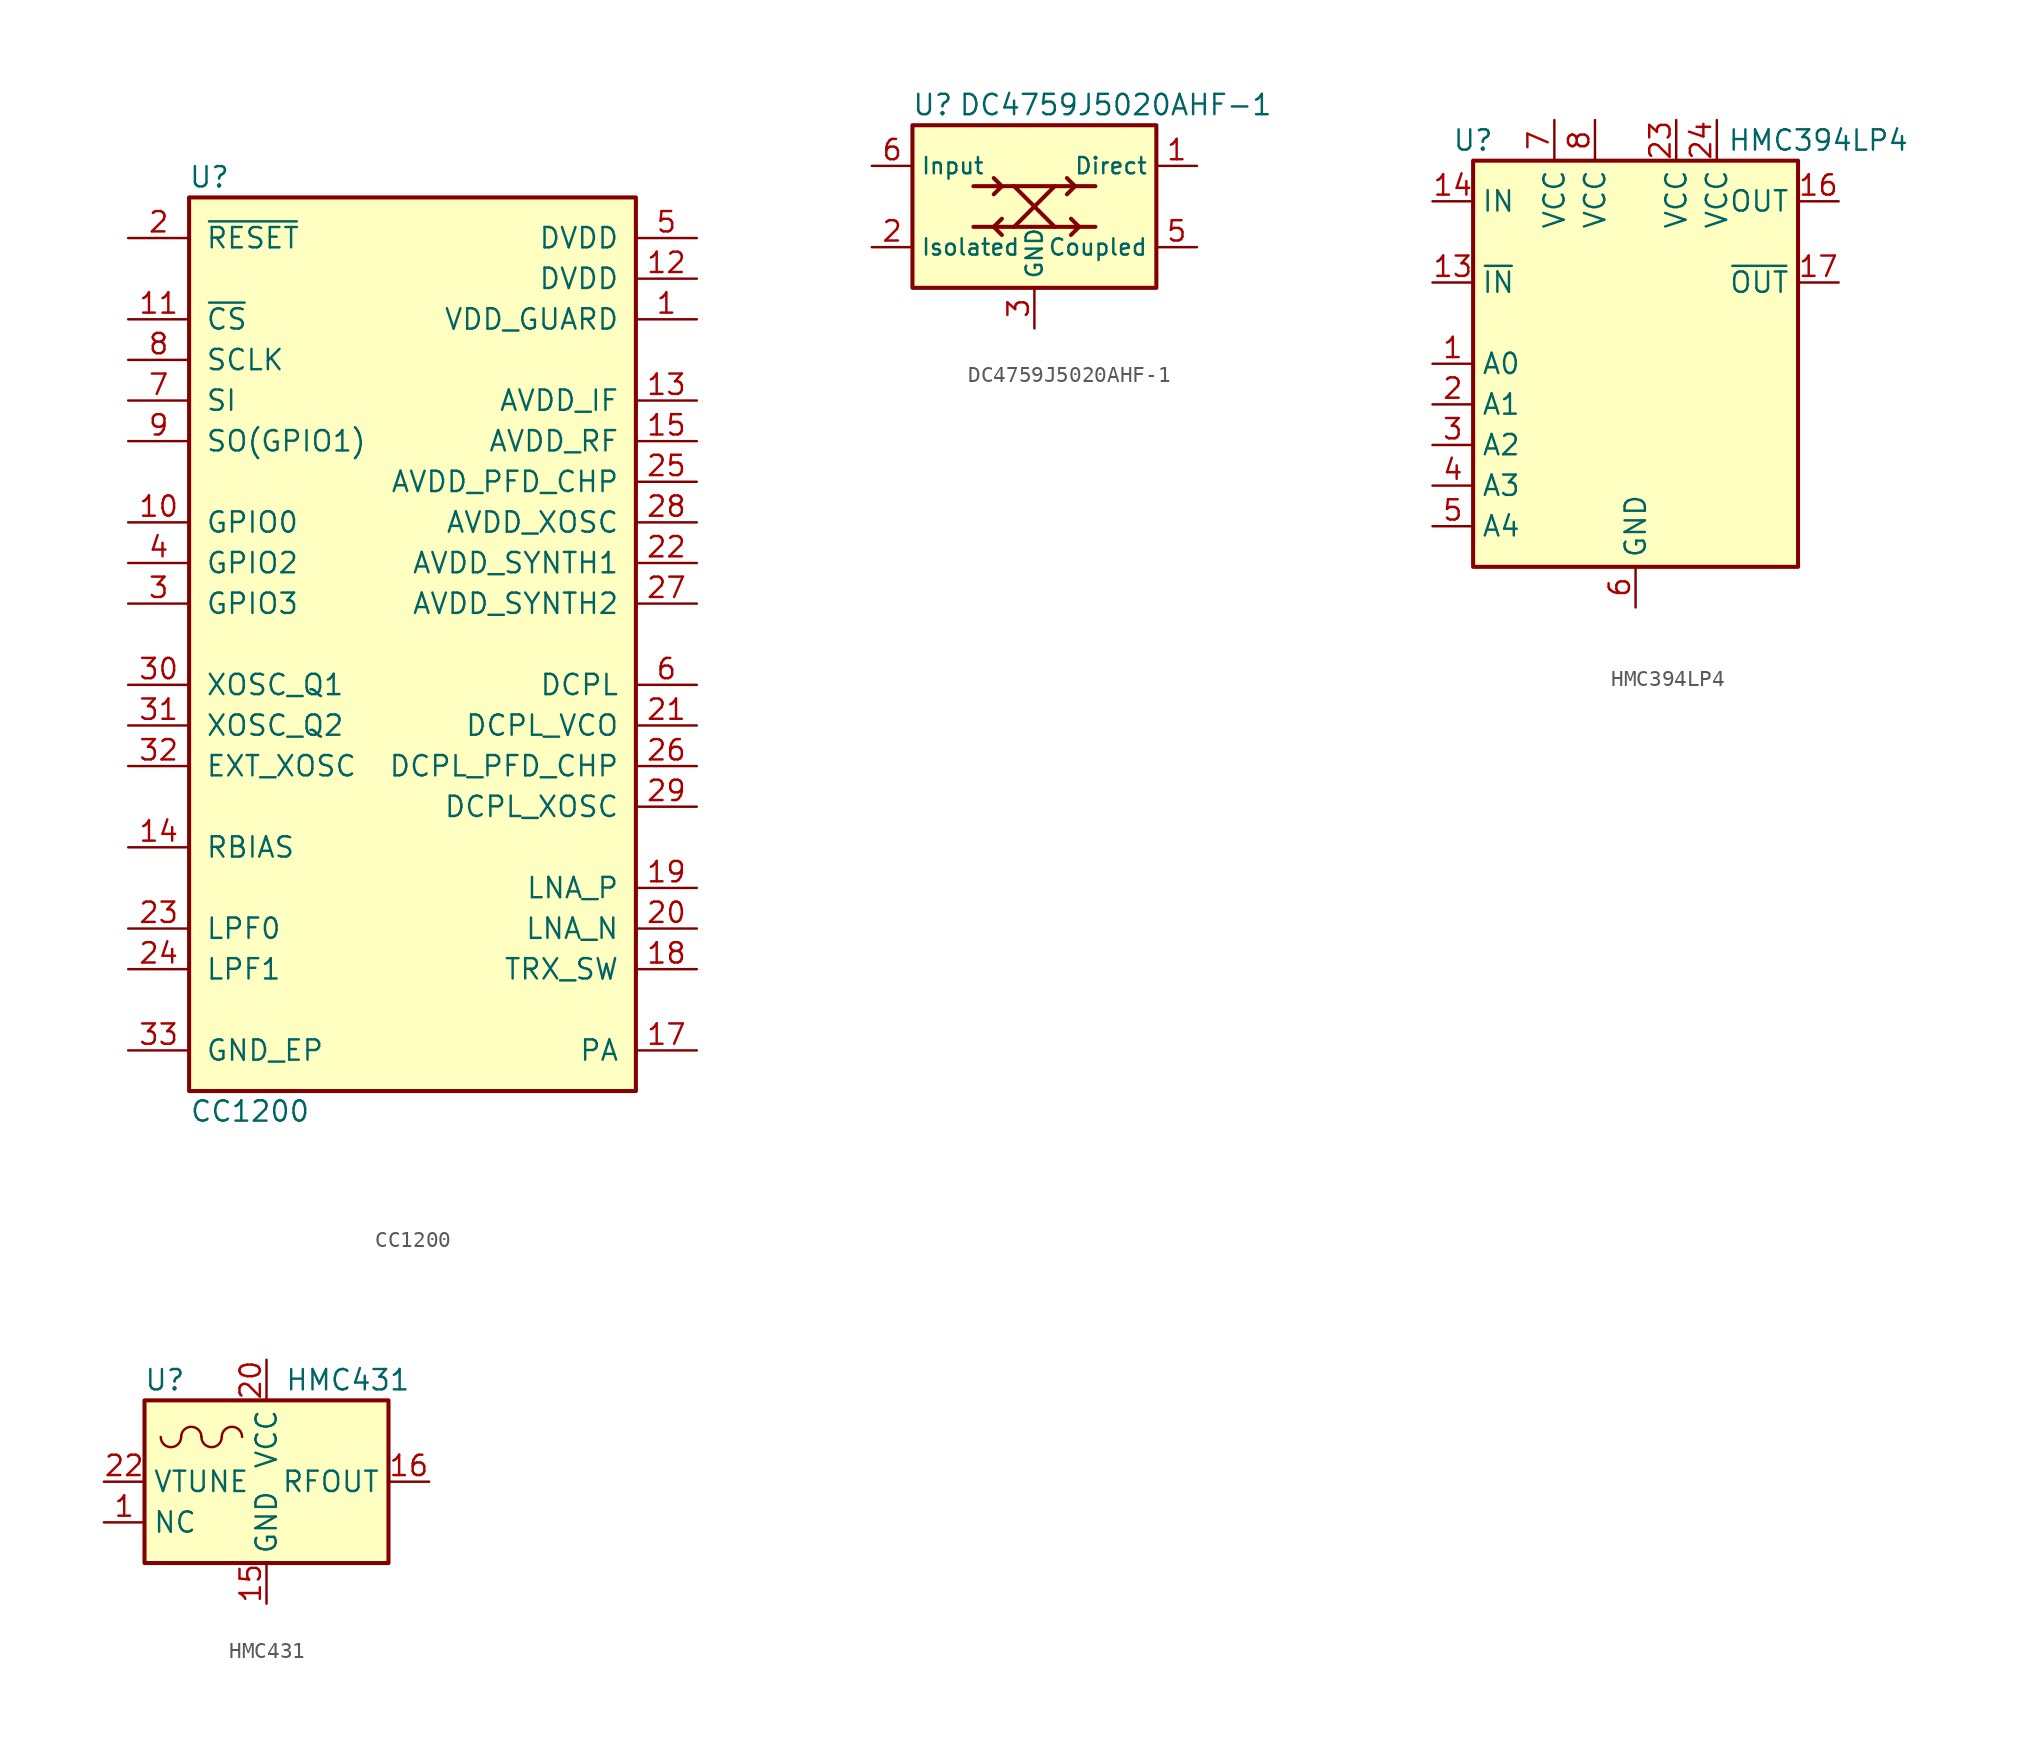
<source format=kicad_sym>
(kicad_symbol_lib
  (version 20211014)
  (generator kicad_symbol_editor)
  (symbol "CC1200"
    (pin_names
      (offset 1.016))
    (property "Reference" "U"
      (at -12.7 29.21 0)
      (effects (font (size 1.27 1.27))))
    (property "Value" "CC1200"
      (at -10.16 -29.21 0)
      (effects (font (size 1.27 1.27))))
    (symbol "CC1200_0_1"
      (rectangle (start -13.97 27.94) (end 13.97 -27.94) (stroke (width 0.254) (type default) (color 0 0 0 0)) (fill (type background))))
    (symbol "CC1200_1_1"
      (pin power_in line (at 17.78 20.32 180) (length 3.81) (name "VDD_GUARD" (effects (font (size 1.27 1.27)))) (number "1" (effects (font (size 1.27 1.27)))))
      (pin bidirectional line (at -17.78 7.62 0) (length 3.81) (name "GPIO0" (effects (font (size 1.27 1.27)))) (number "10" (effects (font (size 1.27 1.27)))))
      (pin input line (at -17.78 20.32 0) (length 3.81) (name "~{CS}" (effects (font (size 1.27 1.27)))) (number "11" (effects (font (size 1.27 1.27)))))
      (pin power_in line (at 17.78 22.86 180) (length 3.81) (name "DVDD" (effects (font (size 1.27 1.27)))) (number "12" (effects (font (size 1.27 1.27)))))
      (pin power_in line (at 17.78 15.24 180) (length 3.81) (name "AVDD_IF" (effects (font (size 1.27 1.27)))) (number "13" (effects (font (size 1.27 1.27)))))
      (pin passive line (at -17.78 -12.7 0) (length 3.81) (name "RBIAS" (effects (font (size 1.27 1.27)))) (number "14" (effects (font (size 1.27 1.27)))))
      (pin power_in line (at 17.78 12.7 180) (length 3.81) (name "AVDD_RF" (effects (font (size 1.27 1.27)))) (number "15" (effects (font (size 1.27 1.27)))))
      (pin passive line (at 17.78 -25.4 180) (length 3.81) (name "PA" (effects (font (size 1.27 1.27)))) (number "17" (effects (font (size 1.27 1.27)))))
      (pin passive line (at 17.78 -20.32 180) (length 3.81) (name "TRX_SW" (effects (font (size 1.27 1.27)))) (number "18" (effects (font (size 1.27 1.27)))))
      (pin passive line (at 17.78 -15.24 180) (length 3.81) (name "LNA_P" (effects (font (size 1.27 1.27)))) (number "19" (effects (font (size 1.27 1.27)))))
      (pin input line (at -17.78 25.4 0) (length 3.81) (name "~{RESET}" (effects (font (size 1.27 1.27)))) (number "2" (effects (font (size 1.27 1.27)))))
      (pin passive line (at 17.78 -17.78 180) (length 3.81) (name "LNA_N" (effects (font (size 1.27 1.27)))) (number "20" (effects (font (size 1.27 1.27)))))
      (pin power_out line (at 17.78 -5.08 180) (length 3.81) (name "DCPL_VCO" (effects (font (size 1.27 1.27)))) (number "21" (effects (font (size 1.27 1.27)))))
      (pin power_in line (at 17.78 5.08 180) (length 3.81) (name "AVDD_SYNTH1" (effects (font (size 1.27 1.27)))) (number "22" (effects (font (size 1.27 1.27)))))
      (pin passive line (at -17.78 -17.78 0) (length 3.81) (name "LPF0" (effects (font (size 1.27 1.27)))) (number "23" (effects (font (size 1.27 1.27)))))
      (pin passive line (at -17.78 -20.32 0) (length 3.81) (name "LPF1" (effects (font (size 1.27 1.27)))) (number "24" (effects (font (size 1.27 1.27)))))
      (pin power_in line (at 17.78 10.16 180) (length 3.81) (name "AVDD_PFD_CHP" (effects (font (size 1.27 1.27)))) (number "25" (effects (font (size 1.27 1.27)))))
      (pin power_out line (at 17.78 -7.62 180) (length 3.81) (name "DCPL_PFD_CHP" (effects (font (size 1.27 1.27)))) (number "26" (effects (font (size 1.27 1.27)))))
      (pin power_in line (at 17.78 2.54 180) (length 3.81) (name "AVDD_SYNTH2" (effects (font (size 1.27 1.27)))) (number "27" (effects (font (size 1.27 1.27)))))
      (pin power_in line (at 17.78 7.62 180) (length 3.81) (name "AVDD_XOSC" (effects (font (size 1.27 1.27)))) (number "28" (effects (font (size 1.27 1.27)))))
      (pin power_out line (at 17.78 -10.16 180) (length 3.81) (name "DCPL_XOSC" (effects (font (size 1.27 1.27)))) (number "29" (effects (font (size 1.27 1.27)))))
      (pin bidirectional line (at -17.78 2.54 0) (length 3.81) (name "GPIO3" (effects (font (size 1.27 1.27)))) (number "3" (effects (font (size 1.27 1.27)))))
      (pin passive line (at -17.78 -2.54 0) (length 3.81) (name "XOSC_Q1" (effects (font (size 1.27 1.27)))) (number "30" (effects (font (size 1.27 1.27)))))
      (pin passive line (at -17.78 -5.08 0) (length 3.81) (name "XOSC_Q2" (effects (font (size 1.27 1.27)))) (number "31" (effects (font (size 1.27 1.27)))))
      (pin input line (at -17.78 -7.62 0) (length 3.81) (name "EXT_XOSC" (effects (font (size 1.27 1.27)))) (number "32" (effects (font (size 1.27 1.27)))))
      (pin power_in line (at -17.78 -25.4 0) (length 3.81) (name "GND_EP" (effects (font (size 1.27 1.27)))) (number "33" (effects (font (size 1.27 1.27)))))
      (pin bidirectional line (at -17.78 5.08 0) (length 3.81) (name "GPIO2" (effects (font (size 1.27 1.27)))) (number "4" (effects (font (size 1.27 1.27)))))
      (pin power_in line (at 17.78 25.4 180) (length 3.81) (name "DVDD" (effects (font (size 1.27 1.27)))) (number "5" (effects (font (size 1.27 1.27)))))
      (pin power_out line (at 17.78 -2.54 180) (length 3.81) (name "DCPL" (effects (font (size 1.27 1.27)))) (number "6" (effects (font (size 1.27 1.27)))))
      (pin input line (at -17.78 15.24 0) (length 3.81) (name "SI" (effects (font (size 1.27 1.27)))) (number "7" (effects (font (size 1.27 1.27)))))
      (pin input line (at -17.78 17.78 0) (length 3.81) (name "SCLK" (effects (font (size 1.27 1.27)))) (number "8" (effects (font (size 1.27 1.27)))))
      (pin bidirectional line (at -17.78 12.7 0) (length 3.81) (name "SO(GPIO1)" (effects (font (size 1.27 1.27)))) (number "9" (effects (font (size 1.27 1.27)))))))
  (symbol "DC4759J5020AHF-1"
    (property "Reference" "U"
      (at -6.35 6.35 0)
      (effects (font (size 1.27 1.27))))
    (property "Value" "DC4759J5020AHF-1"
      (at 5.08 6.35 0)
      (effects (font (size 1.27 1.27))))
    (symbol "DC4759J5020AHF-1_0_1"
      (rectangle (start -7.62 5.08) (end 7.62 -5.08) (stroke (width 0.254) (type default) (color 0 0 0 0)) (fill (type background))))
    (symbol "DC4759J5020AHF-1_1_1"
      (polyline (pts (xy -3.81 -1.27) (xy 3.81 -1.27)) (stroke (width 0.254) (type default) (color 0 0 0 0)) (fill (type none)))
      (polyline (pts (xy -3.81 1.27) (xy 3.81 1.27)) (stroke (width 0.254) (type default) (color 0 0 0 0)) (fill (type none)))
      (polyline (pts (xy -2.54 -1.27) (xy -2.032 -1.778)) (stroke (width 0.254) (type default) (color 0 0 0 0)) (fill (type none)))
      (polyline (pts (xy -2.54 1.778) (xy -2.032 1.27)) (stroke (width 0.254) (type default) (color 0 0 0 0)) (fill (type none)))
      (polyline (pts (xy -2.032 -0.762) (xy -2.54 -1.27)) (stroke (width 0.254) (type default) (color 0 0 0 0)) (fill (type none)))
      (polyline (pts (xy -2.032 1.27) (xy -2.54 0.762)) (stroke (width 0.254) (type default) (color 0 0 0 0)) (fill (type none)))
      (polyline (pts (xy -1.27 1.27) (xy 1.27 -1.27)) (stroke (width 0.254) (type default) (color 0 0 0 0)) (fill (type none)))
      (polyline (pts (xy 1.27 1.27) (xy -1.27 -1.27)) (stroke (width 0.254) (type default) (color 0 0 0 0)) (fill (type none)))
      (polyline (pts (xy 2.032 1.778) (xy 2.54 1.27)) (stroke (width 0.254) (type default) (color 0 0 0 0)) (fill (type none)))
      (polyline (pts (xy 2.286 -0.762) (xy 2.794 -1.27)) (stroke (width 0.254) (type default) (color 0 0 0 0)) (fill (type none)))
      (polyline (pts (xy 2.54 1.27) (xy 2.032 0.762)) (stroke (width 0.254) (type default) (color 0 0 0 0)) (fill (type none)))
      (polyline (pts (xy 2.794 -1.27) (xy 2.286 -1.778)) (stroke (width 0.254) (type default) (color 0 0 0 0)) (fill (type none)))
      (pin output line (at 10.16 2.54 180) (length 2.54) (name "Direct" (effects (font (size 1.016 1.016)))) (number "1" (effects (font (size 1.27 1.27)))))
      (pin output line (at -10.16 -2.54 0) (length 2.54) (name "Isolated" (effects (font (size 1.016 1.016)))) (number "2" (effects (font (size 1.27 1.27)))))
      (pin power_in line (at 0 -7.62 90) (length 2.54) (name "GND" (effects (font (size 1.016 1.016)))) (number "3" (effects (font (size 1.27 1.27)))))
      (pin passive line (at 0 -7.62 90) (length 2.54) hide (name "GND" (effects (font (size 1.016 1.016)))) (number "4" (effects (font (size 1.27 1.27)))))
      (pin output line (at 10.16 -2.54 180) (length 2.54) (name "Coupled" (effects (font (size 1.016 1.016)))) (number "5" (effects (font (size 1.27 1.27)))))
      (pin input line (at -10.16 2.54 0) (length 2.54) (name "Input" (effects (font (size 1.016 1.016)))) (number "6" (effects (font (size 1.27 1.27)))))))
  (symbol "HMC394LP4"
    (property "Reference" "U"
      (at -10.16 13.97 0)
      (effects (font (size 1.27 1.27))))
    (property "Value" "HMC394LP4"
      (at 11.43 13.97 0)
      (effects (font (size 1.27 1.27))))
    (symbol "HMC394LP4_0_1"
      (rectangle (start -10.16 12.7) (end 10.16 -12.7) (stroke (width 0.254) (type default) (color 0 0 0 0)) (fill (type background))))
    (symbol "HMC394LP4_1_1"
      (pin input line (at -12.7 0 0) (length 2.54) (name "A0" (effects (font (size 1.27 1.27)))) (number "1" (effects (font (size 1.27 1.27)))))
      (pin passive line (at 0 -15.24 90) (length 2.54) hide (name "GND" (effects (font (size 1.27 1.27)))) (number "10" (effects (font (size 1.27 1.27)))))
      (pin passive line (at 0 -15.24 90) (length 2.54) hide (name "GND" (effects (font (size 1.27 1.27)))) (number "11" (effects (font (size 1.27 1.27)))))
      (pin passive line (at 0 -15.24 90) (length 2.54) hide (name "GND" (effects (font (size 1.27 1.27)))) (number "12" (effects (font (size 1.27 1.27)))))
      (pin input line (at -12.7 5.08 0) (length 2.54) (name "~{IN}" (effects (font (size 1.27 1.27)))) (number "13" (effects (font (size 1.27 1.27)))))
      (pin input line (at -12.7 10.16 0) (length 2.54) (name "IN" (effects (font (size 1.27 1.27)))) (number "14" (effects (font (size 1.27 1.27)))))
      (pin passive line (at 0 -15.24 90) (length 2.54) hide (name "GND" (effects (font (size 1.27 1.27)))) (number "15" (effects (font (size 1.27 1.27)))))
      (pin output line (at 12.7 10.16 180) (length 2.54) (name "OUT" (effects (font (size 1.27 1.27)))) (number "16" (effects (font (size 1.27 1.27)))))
      (pin output line (at 12.7 5.08 180) (length 2.54) (name "~{OUT}" (effects (font (size 1.27 1.27)))) (number "17" (effects (font (size 1.27 1.27)))))
      (pin passive line (at 0 -15.24 90) (length 2.54) hide (name "GND" (effects (font (size 1.27 1.27)))) (number "18" (effects (font (size 1.27 1.27)))))
      (pin passive line (at 0 -15.24 90) (length 2.54) hide (name "GND" (effects (font (size 1.27 1.27)))) (number "19" (effects (font (size 1.27 1.27)))))
      (pin input line (at -12.7 -2.54 0) (length 2.54) (name "A1" (effects (font (size 1.27 1.27)))) (number "2" (effects (font (size 1.27 1.27)))))
      (pin passive line (at 0 -15.24 90) (length 2.54) hide (name "GND" (effects (font (size 1.27 1.27)))) (number "20" (effects (font (size 1.27 1.27)))))
      (pin passive line (at 0 -15.24 90) (length 2.54) hide (name "GND" (effects (font (size 1.27 1.27)))) (number "21" (effects (font (size 1.27 1.27)))))
      (pin passive line (at 0 -15.24 90) (length 2.54) hide (name "GND" (effects (font (size 1.27 1.27)))) (number "22" (effects (font (size 1.27 1.27)))))
      (pin power_in line (at 2.54 15.24 270) (length 2.54) (name "VCC" (effects (font (size 1.27 1.27)))) (number "23" (effects (font (size 1.27 1.27)))))
      (pin power_in line (at 5.08 15.24 270) (length 2.54) (name "VCC" (effects (font (size 1.27 1.27)))) (number "24" (effects (font (size 1.27 1.27)))))
      (pin passive line (at 0 -15.24 90) (length 2.54) hide (name "GND" (effects (font (size 1.27 1.27)))) (number "25" (effects (font (size 1.27 1.27)))))
      (pin input line (at -12.7 -5.08 0) (length 2.54) (name "A2" (effects (font (size 1.27 1.27)))) (number "3" (effects (font (size 1.27 1.27)))))
      (pin input line (at -12.7 -7.62 0) (length 2.54) (name "A3" (effects (font (size 1.27 1.27)))) (number "4" (effects (font (size 1.27 1.27)))))
      (pin input line (at -12.7 -10.16 0) (length 2.54) (name "A4" (effects (font (size 1.27 1.27)))) (number "5" (effects (font (size 1.27 1.27)))))
      (pin power_in line (at 0 -15.24 90) (length 2.54) (name "GND" (effects (font (size 1.27 1.27)))) (number "6" (effects (font (size 1.27 1.27)))))
      (pin power_in line (at -5.08 15.24 270) (length 2.54) (name "VCC" (effects (font (size 1.27 1.27)))) (number "7" (effects (font (size 1.27 1.27)))))
      (pin power_in line (at -2.54 15.24 270) (length 2.54) (name "VCC" (effects (font (size 1.27 1.27)))) (number "8" (effects (font (size 1.27 1.27)))))
      (pin passive line (at 0 -15.24 90) (length 2.54) hide (name "GND" (effects (font (size 1.27 1.27)))) (number "9" (effects (font (size 1.27 1.27)))))))
  (symbol "HMC431"
    (property "Reference" "U"
      (at -6.35 6.35 0)
      (effects (font (size 1.27 1.27))))
    (property "Value" "HMC431"
      (at 5.08 6.35 0)
      (effects (font (size 1.27 1.27))))
    (symbol "HMC431_0_1"
      (rectangle (start -7.62 5.08) (end 7.62 -5.08) (stroke (width 0.254) (type default) (color 0 0 0 0)) (fill (type background)))
      (arc (start -6.604 2.794) (mid -5.969 2.159) (end -5.334 2.794) (stroke (width 0) (type default) (color 0 0 0 0)) (fill (type none)))
      (arc (start -4.064 2.794) (mid -4.699 3.429) (end -5.334 2.794) (stroke (width 0) (type default) (color 0 0 0 0)) (fill (type none)))
      (arc (start -4.064 2.794) (mid -3.429 2.159) (end -2.794 2.794) (stroke (width 0) (type default) (color 0 0 0 0)) (fill (type none)))
      (arc (start -1.524 2.794) (mid -2.159 3.429) (end -2.794 2.794) (stroke (width 0) (type default) (color 0 0 0 0)) (fill (type none))))
    (symbol "HMC431_1_1"
      (pin passive line (at -10.16 -2.54 0) (length 2.54) (name "NC" (effects (font (size 1.27 1.27)))) (number "1" (effects (font (size 1.27 1.27)))))
      (pin passive line (at -10.16 -2.54 0) (length 2.54) hide (name "NC" (effects (font (size 1.27 1.27)))) (number "10" (effects (font (size 1.27 1.27)))))
      (pin passive line (at -10.16 -2.54 0) (length 2.54) hide (name "NC" (effects (font (size 1.27 1.27)))) (number "11" (effects (font (size 1.27 1.27)))))
      (pin passive line (at -10.16 -2.54 0) (length 2.54) hide (name "NC" (effects (font (size 1.27 1.27)))) (number "12" (effects (font (size 1.27 1.27)))))
      (pin passive line (at -10.16 -2.54 0) (length 2.54) hide (name "NC" (effects (font (size 1.27 1.27)))) (number "13" (effects (font (size 1.27 1.27)))))
      (pin passive line (at -10.16 -2.54 0) (length 2.54) hide (name "NC" (effects (font (size 1.27 1.27)))) (number "14" (effects (font (size 1.27 1.27)))))
      (pin power_in line (at 0 -7.62 90) (length 2.54) (name "GND" (effects (font (size 1.27 1.27)))) (number "15" (effects (font (size 1.27 1.27)))))
      (pin output line (at 10.16 0 180) (length 2.54) (name "RFOUT" (effects (font (size 1.27 1.27)))) (number "16" (effects (font (size 1.27 1.27)))))
      (pin passive line (at -10.16 -2.54 0) (length 2.54) hide (name "NC" (effects (font (size 1.27 1.27)))) (number "17" (effects (font (size 1.27 1.27)))))
      (pin passive line (at -10.16 -2.54 0) (length 2.54) hide (name "NC" (effects (font (size 1.27 1.27)))) (number "18" (effects (font (size 1.27 1.27)))))
      (pin passive line (at -10.16 -2.54 0) (length 2.54) hide (name "NC" (effects (font (size 1.27 1.27)))) (number "19" (effects (font (size 1.27 1.27)))))
      (pin passive line (at -10.16 -2.54 0) (length 2.54) hide (name "NC" (effects (font (size 1.27 1.27)))) (number "2" (effects (font (size 1.27 1.27)))))
      (pin power_in line (at 0 7.62 270) (length 2.54) (name "VCC" (effects (font (size 1.27 1.27)))) (number "20" (effects (font (size 1.27 1.27)))))
      (pin passive line (at -10.16 -2.54 0) (length 2.54) hide (name "NC" (effects (font (size 1.27 1.27)))) (number "21" (effects (font (size 1.27 1.27)))))
      (pin input line (at -10.16 0 0) (length 2.54) (name "VTUNE" (effects (font (size 1.27 1.27)))) (number "22" (effects (font (size 1.27 1.27)))))
      (pin passive line (at -10.16 -2.54 0) (length 2.54) hide (name "NC" (effects (font (size 1.27 1.27)))) (number "23" (effects (font (size 1.27 1.27)))))
      (pin passive line (at -10.16 -2.54 0) (length 2.54) hide (name "NC" (effects (font (size 1.27 1.27)))) (number "24" (effects (font (size 1.27 1.27)))))
      (pin passive line (at 0 -7.62 90) (length 2.54) hide (name "GND" (effects (font (size 1.27 1.27)))) (number "25" (effects (font (size 1.27 1.27)))))
      (pin passive line (at -10.16 -2.54 0) (length 2.54) hide (name "NC" (effects (font (size 1.27 1.27)))) (number "3" (effects (font (size 1.27 1.27)))))
      (pin passive line (at -10.16 -2.54 0) (length 2.54) hide (name "NC" (effects (font (size 1.27 1.27)))) (number "4" (effects (font (size 1.27 1.27)))))
      (pin passive line (at -10.16 -2.54 0) (length 2.54) hide (name "NC" (effects (font (size 1.27 1.27)))) (number "5" (effects (font (size 1.27 1.27)))))
      (pin passive line (at -10.16 -2.54 0) (length 2.54) hide (name "NC" (effects (font (size 1.27 1.27)))) (number "6" (effects (font (size 1.27 1.27)))))
      (pin passive line (at -10.16 -2.54 0) (length 2.54) hide (name "NC" (effects (font (size 1.27 1.27)))) (number "7" (effects (font (size 1.27 1.27)))))
      (pin passive line (at -10.16 -2.54 0) (length 2.54) hide (name "NC" (effects (font (size 1.27 1.27)))) (number "8" (effects (font (size 1.27 1.27)))))
      (pin passive line (at -10.16 -2.54 0) (length 2.54) hide (name "NC" (effects (font (size 1.27 1.27)))) (number "9" (effects (font (size 1.27 1.27))))))))
</source>
